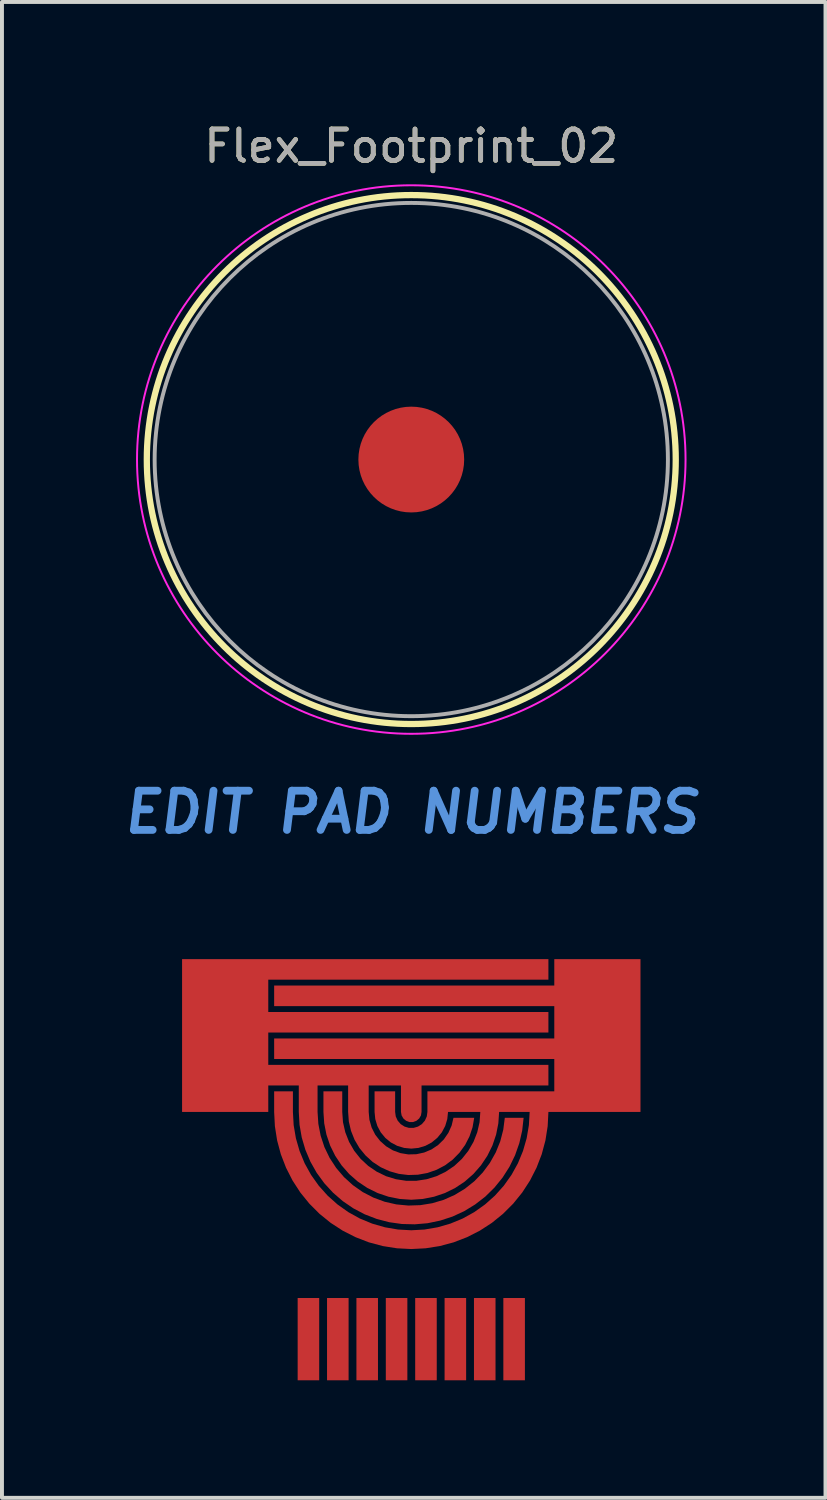
<source format=kicad_pcb>
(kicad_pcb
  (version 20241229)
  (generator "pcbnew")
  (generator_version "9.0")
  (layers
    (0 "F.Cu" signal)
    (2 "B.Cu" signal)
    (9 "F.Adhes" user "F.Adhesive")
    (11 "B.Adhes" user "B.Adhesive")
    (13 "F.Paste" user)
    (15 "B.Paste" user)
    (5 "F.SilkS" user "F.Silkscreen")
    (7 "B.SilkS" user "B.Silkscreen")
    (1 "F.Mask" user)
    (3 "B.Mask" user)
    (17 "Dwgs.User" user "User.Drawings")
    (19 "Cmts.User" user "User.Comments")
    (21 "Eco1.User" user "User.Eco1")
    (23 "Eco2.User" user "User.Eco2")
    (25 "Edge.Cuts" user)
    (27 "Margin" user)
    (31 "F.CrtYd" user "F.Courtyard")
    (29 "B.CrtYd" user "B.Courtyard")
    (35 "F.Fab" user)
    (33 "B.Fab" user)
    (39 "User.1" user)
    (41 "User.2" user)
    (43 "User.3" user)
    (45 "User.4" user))
  (footprint "Flex_Footprint_02"
    (layer "F.Cu")
    (at 7.447 8.679)
    (property "Reference" "Flex_Footprint_02" (at 0 -8 0) (layer "F.SilkS") (effects (font (size 0.8 0.8) (thickness 0.12))))
    (attr smd)
    (fp_circle (center 0 0) (end -6.75 0) (stroke (width 0.16) (type solid)) (fill no) (layer "F.SilkS"))
    (fp_circle (center 0 0) (end -7 0) (stroke (width 0.05) (type solid)) (fill no) (layer "F.CrtYd"))
    (fp_circle (center 0 0) (end -6.55 0) (stroke (width 0.1) (type solid)) (fill no) (layer "F.Fab"))
    (fp_text user "EDIT PAD NUMBERS" (at 0 9 0) (layer "Cmts.User") (effects (font (size 1 1) (thickness 0.2) (italic yes))))
    (fp_text user "${REFERENCE}" (at 0 -8 0) (layer "F.Fab") (effects (font (size 0.8 0.8) (thickness 0.12))))
    (pad "#" smd custom (at -4.85 13.75) (size 0.2 0.2) (layers "F.Cu" "F.Mask") (options (anchor circle)) (primitives (gr_poly (pts (xy 8.35 -0.475) (xy 1.2 -0.475) (xy 1.2 0.35) (xy 8.35 0.35) (xy 8.35 0.875) (xy 1.2 0.875) (xy 1.2 1.7) (xy 8.35 1.7) (xy 8.35 2.225) (xy 5.112 2.225) (xy 5.112 2.9) (xy 5.097 2.99) (xy 5.051 3.069) (xy 4.981 3.127) (xy 4.896 3.159) (xy 4.804 3.159) (xy 4.719 3.127) (xy 4.649 3.069) (xy 4.603 2.99) (xy 4.587 2.9) (xy 4.587 2.225) (xy 3.763 2.225) (xy 3.763 2.9) (xy 3.782 3.103) (xy 3.838 3.299) (xy 3.93 3.481) (xy 4.055 3.642) (xy 4.207 3.777) (xy 4.382 3.882) (xy 4.574 3.952) (xy 4.775 3.985) (xy 4.979 3.98) (xy 5.178 3.937) (xy 5.366 3.858) (xy 5.535 3.745) (xy 5.681 3.602) (xy 5.797 3.434) (xy 5.88 3.248) (xy 5.927 3.05) (xy 6.456 3.05) (xy 6.414 3.292) (xy 6.336 3.525) (xy 6.224 3.743) (xy 6.08 3.942) (xy 5.908 4.117) (xy 5.711 4.264) (xy 5.494 4.378) (xy 5.262 4.459) (xy 5.02 4.503) (xy 4.775 4.511) (xy 4.531 4.481) (xy 4.295 4.414) (xy 4.071 4.312) (xy 3.866 4.178) (xy 3.684 4.013) (xy 3.528 3.823) (xy 3.403 3.612) (xy 3.312 3.384) (xy 3.256 3.145) (xy 3.238 2.9) (xy 3.238 2.225) (xy 2.458 2.225) (xy 2.458 2.9) (xy 2.478 3.206) (xy 2.537 3.507) (xy 2.633 3.798) (xy 2.766 4.074) (xy 2.934 4.331) (xy 3.133 4.564) (xy 3.36 4.77) (xy 3.611 4.946) (xy 3.883 5.087) (xy 4.171 5.193) (xy 4.47 5.261) (xy 4.775 5.29) (xy 5.081 5.28) (xy 5.384 5.231) (xy 5.678 5.144) (xy 5.958 5.019) (xy 6.22 4.86) (xy 6.46 4.669) (xy 6.673 4.448) (xy 6.856 4.202) (xy 7.006 3.935) (xy 7.121 3.651) (xy 7.198 3.354) (xy 7.237 3.05) (xy 7.717 3.05) (xy 7.681 3.376) (xy 7.608 3.696) (xy 7.499 4.006) (xy 7.356 4.301) (xy 7.179 4.578) (xy 6.972 4.833) (xy 6.738 5.063) (xy 6.478 5.264) (xy 6.198 5.435) (xy 5.9 5.572) (xy 5.588 5.674) (xy 5.266 5.741) (xy 4.939 5.769) (xy 4.611 5.761) (xy 4.286 5.715) (xy 3.968 5.632) (xy 3.662 5.514) (xy 3.371 5.361) (xy 3.1 5.176) (xy 2.852 4.961) (xy 2.63 4.72) (xy 2.436 4.454) (xy 2.275 4.169) (xy 2.147 3.866) (xy 2.054 3.551) (xy 1.998 3.228) (xy 1.979 2.9) (xy 1.979 2.225) (xy 1.2 2.225) (xy 1.2 2.9) (xy -1 2.9) (xy -1 -1) (xy 8.35 -1)) (width 0) (fill yes))))
    (pad "#" smd custom (at -2.625 22.45) (size 0.2 0.2) (layers "F.Cu" "F.Mask") (options (anchor circle)) (primitives (gr_poly (pts (xy -0.275 -1.05) (xy -0.275 1.05) (xy 0.275 1.05) (xy 0.275 -1.05)) (width 0) (fill yes))))
    (pad "#" smd custom (at -1.875 22.45) (size 0.2 0.2) (layers "F.Cu" "F.Mask") (options (anchor circle)) (primitives (gr_poly (pts (xy 0.275 -1.05) (xy 0.275 1.05) (xy -0.275 1.05) (xy -0.275 -1.05)) (width 0) (fill yes))))
    (pad "#" smd custom (at -1.125 22.45) (size 0.2 0.2) (layers "F.Cu" "F.Mask") (options (anchor circle)) (primitives (gr_poly (pts (xy 0.275 -1.05) (xy 0.275 1.05) (xy -0.275 1.05) (xy -0.275 -1.05)) (width 0) (fill yes))))
    (pad "#" smd custom (at -0.375 22.45) (size 0.2 0.2) (layers "F.Cu" "F.Mask") (options (anchor circle)) (primitives (gr_poly (pts (xy 0.275 1.05) (xy -0.275 1.05) (xy -0.275 -1.05) (xy 0.275 -1.05)) (width 0) (fill yes))))
    (pad "#" smd circle (at 0 0) (size 2.7 2.7) (layers "F.Cu" "F.Mask" "F.Paste"))
    (pad "#" smd custom (at 0.375 22.45) (size 0.2 0.2) (layers "F.Cu" "F.Mask") (options (anchor circle)) (primitives (gr_poly (pts (xy 0.275 -1.05) (xy 0.275 1.05) (xy -0.275 1.05) (xy -0.275 -1.05)) (width 0) (fill yes))))
    (pad "#" smd custom (at 1.125 22.45) (size 0.2 0.2) (layers "F.Cu" "F.Mask") (options (anchor circle)) (primitives (gr_poly (pts (xy 0.275 -1.05) (xy 0.275 1.05) (xy -0.275 1.05) (xy -0.275 -1.05)) (width 0) (fill yes))))
    (pad "#" smd custom (at 1.875 22.45) (size 0.2 0.2) (layers "F.Cu" "F.Mask") (options (anchor circle)) (primitives (gr_poly (pts (xy 0.275 -1.05) (xy 0.275 1.05) (xy -0.275 1.05) (xy -0.275 -1.05)) (width 0) (fill yes))))
    (pad "#" smd custom (at 2.625 22.45) (size 0.2 0.2) (layers "F.Cu" "F.Mask") (options (anchor circle)) (primitives (gr_poly (pts (xy 0.275 -1.05) (xy 0.275 1.05) (xy -0.275 1.05) (xy -0.275 -1.05)) (width 0) (fill yes))))
    (pad "#" smd custom (at 4.85 13.75) (size 0.2 0.2) (layers "F.Cu" "F.Mask") (options (anchor circle)) (primitives (gr_poly (pts (xy -8.331 3.266) (xy -8.274 3.628) (xy -8.179 3.982) (xy -8.047 4.324) (xy -7.881 4.65) (xy -7.682 4.957) (xy -7.451 5.242) (xy -7.192 5.501) (xy -6.907 5.732) (xy -6.6 5.931) (xy -6.274 6.097) (xy -5.932 6.229) (xy -5.578 6.324) (xy -5.216 6.381) (xy -4.85 6.4) (xy -4.484 6.381) (xy -4.122 6.324) (xy -3.768 6.229) (xy -3.426 6.097) (xy -3.1 5.931) (xy -2.793 5.732) (xy -2.508 5.501) (xy -2.249 5.242) (xy -2.018 4.957) (xy -1.819 4.65) (xy -1.653 4.324) (xy -1.521 3.982) (xy -1.426 3.628) (xy -1.369 3.266) (xy -1.35 2.9) (xy 1 2.9) (xy 1 -1) (xy -1.2 -1) (xy -1.2 -0.325) (xy -8.35 -0.325) (xy -8.35 0.2) (xy -1.2 0.2) (xy -1.2 1.025) (xy -8.35 1.025) (xy -8.35 1.55) (xy -1.2 1.55) (xy -1.2 2.375) (xy -4.438 2.375) (xy -4.438 2.9) (xy -4.454 3.016) (xy -4.503 3.123) (xy -4.58 3.212) (xy -4.679 3.275) (xy -4.791 3.308) (xy -4.909 3.308) (xy -5.021 3.275) (xy -5.12 3.212) (xy -5.197 3.123) (xy -5.246 3.016) (xy -5.262 2.9) (xy -5.262 2.375) (xy -5.787 2.375) (xy -5.787 2.9) (xy -5.769 3.083) (xy -5.716 3.259) (xy -5.63 3.421) (xy -5.513 3.563) (xy -5.371 3.68) (xy -5.209 3.766) (xy -5.033 3.819) (xy -4.85 3.837) (xy -4.667 3.819) (xy -4.491 3.766) (xy -4.329 3.68) (xy -4.187 3.563) (xy -4.07 3.421) (xy -3.984 3.259) (xy -3.931 3.083) (xy -3.912 2.9) (xy -3.088 2.9) (xy -3.107 3.163) (xy -3.166 3.42) (xy -3.262 3.665) (xy -3.394 3.893) (xy -3.558 4.099) (xy -3.751 4.278) (xy -3.969 4.426) (xy -4.206 4.541) (xy -4.458 4.618) (xy -4.718 4.658) (xy -4.982 4.658) (xy -5.242 4.618) (xy -5.494 4.541) (xy -5.731 4.426) (xy -5.949 4.278) (xy -6.142 4.099) (xy -6.306 3.893) (xy -6.438 3.665) (xy -6.534 3.42) (xy -6.593 3.163) (xy -6.612 2.9) (xy -6.612 2.375) (xy -7.092 2.375) (xy -7.092 2.9) (xy -7.072 3.193) (xy -7.015 3.48) (xy -6.921 3.758) (xy -6.791 4.021) (xy -6.628 4.265) (xy -6.435 4.485) (xy -6.215 4.678) (xy -5.971 4.841) (xy -5.708 4.971) (xy -5.43 5.065) (xy -5.143 5.122) (xy -4.85 5.142) (xy -4.557 5.122) (xy -4.27 5.065) (xy -3.992 4.971) (xy -3.729 4.841) (xy -3.485 4.678) (xy -3.265 4.485) (xy -3.072 4.265) (xy -2.909 4.021) (xy -2.779 3.758) (xy -2.685 3.48) (xy -2.628 3.193) (xy -2.608 2.9) (xy -1.829 2.9) (xy -1.848 3.238) (xy -1.905 3.572) (xy -1.999 3.898) (xy -2.128 4.211) (xy -2.292 4.507) (xy -2.488 4.783) (xy -2.714 5.036) (xy -2.967 5.262) (xy -3.243 5.458) (xy -3.539 5.622) (xy -3.852 5.751) (xy -4.178 5.845) (xy -4.512 5.902) (xy -4.85 5.921) (xy -5.188 5.902) (xy -5.522 5.845) (xy -5.848 5.751) (xy -6.161 5.622) (xy -6.457 5.458) (xy -6.733 5.262) (xy -6.986 5.036) (xy -7.212 4.783) (xy -7.408 4.507) (xy -7.572 4.211) (xy -7.701 3.898) (xy -7.795 3.572) (xy -7.852 3.238) (xy -7.871 2.9) (xy -7.871 2.375) (xy -8.35 2.375) (xy -8.35 2.9)) (width 0) (fill yes)))))
  (gr_rect
    (start -3 -3)
    (end 18.019 35.179)
    (stroke (width 0.1) (type default))
    (fill no)
    (layer "Edge.Cuts")))
</source>
